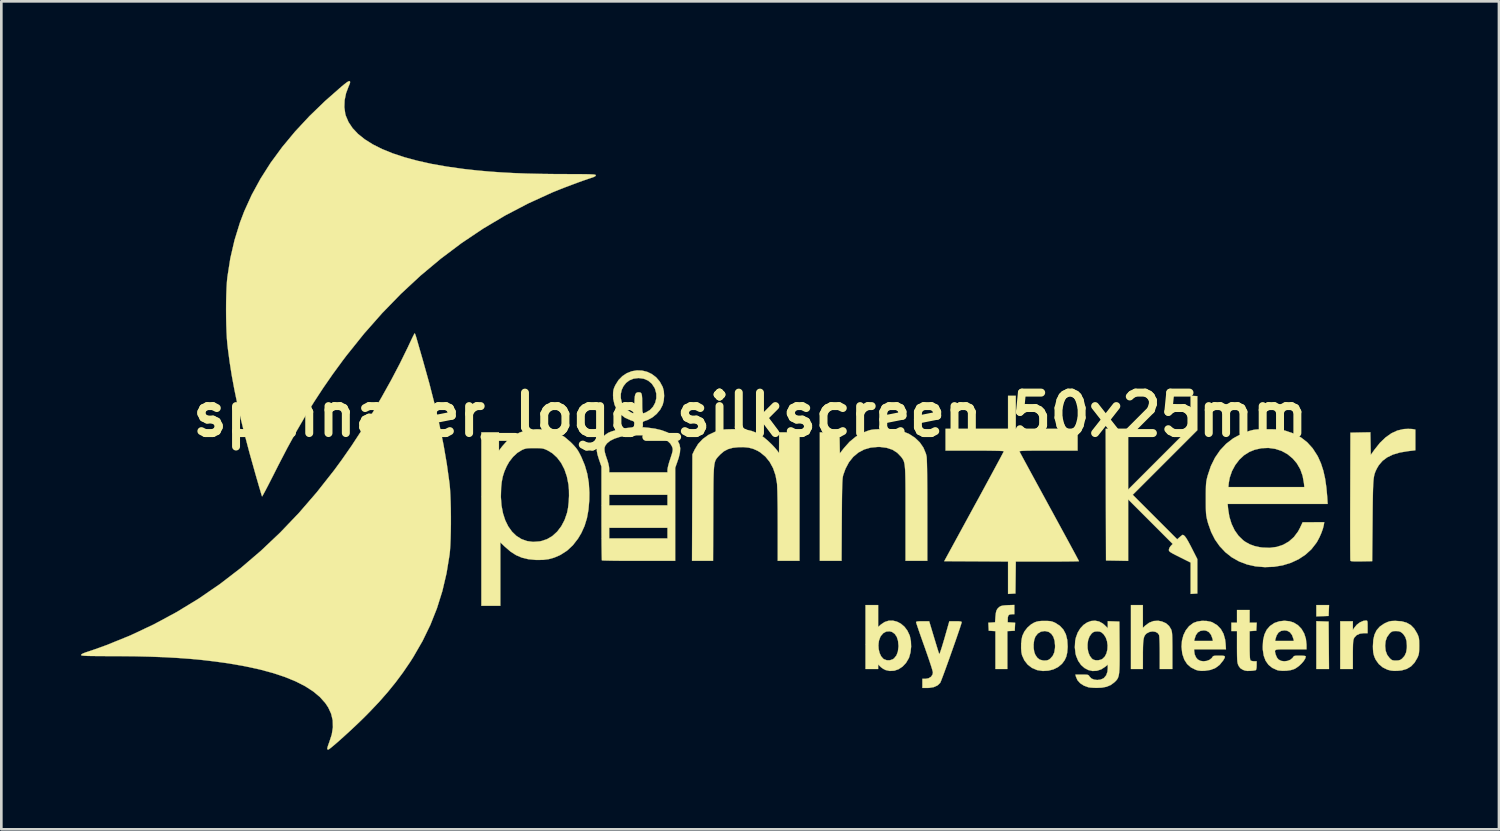
<source format=kicad_pcb>
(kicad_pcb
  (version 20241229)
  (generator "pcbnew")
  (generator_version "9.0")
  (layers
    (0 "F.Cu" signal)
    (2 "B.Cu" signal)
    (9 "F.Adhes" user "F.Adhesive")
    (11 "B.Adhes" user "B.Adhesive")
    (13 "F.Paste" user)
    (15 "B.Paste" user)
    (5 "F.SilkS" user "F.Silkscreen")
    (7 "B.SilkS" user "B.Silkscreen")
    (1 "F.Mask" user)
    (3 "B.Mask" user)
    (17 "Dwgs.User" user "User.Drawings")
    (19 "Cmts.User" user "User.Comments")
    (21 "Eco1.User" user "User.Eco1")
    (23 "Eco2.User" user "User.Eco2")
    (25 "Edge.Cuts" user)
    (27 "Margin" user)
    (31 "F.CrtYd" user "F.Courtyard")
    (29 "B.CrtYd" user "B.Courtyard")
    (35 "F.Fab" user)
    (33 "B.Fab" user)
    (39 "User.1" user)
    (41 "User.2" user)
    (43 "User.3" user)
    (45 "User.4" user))
  (footprint "spinnaker_logo_silkscreen_50x25mm"
    (layer "F.Cu")
    (at 25.22 12.577)
    (property "Reference" "spinnaker_logo_silkscreen_50x25mm" (at 0 0 0) (layer "F.SilkS") (effects (font (size 1.524 1.524) (thickness 0.3))))
    (attr through_hole)
    (fp_poly (pts (xy 21.557 7.784) (xy 21.788 7.792) (xy 21.795 8.685) (xy 21.802 9.578) (xy 21.325 9.578) (xy 21.325 7.777) (xy 21.557 7.784)) (stroke (width 0.01) (type solid)) (fill yes) (layer "F.SilkS"))
    (fp_poly (pts (xy 21.796 7.375) (xy 21.788 7.58) (xy 21.557 7.588) (xy 21.325 7.596) (xy 21.325 7.17) (xy 21.804 7.17) (xy 21.796 7.375)) (stroke (width 0.01) (type solid)) (fill yes) (layer "F.SilkS"))
    (fp_poly (pts (xy 23.222 7.754) (xy 23.241 7.766) (xy 23.252 7.799) (xy 23.256 7.863) (xy 23.257 7.967) (xy 23.257 7.99) (xy 23.257 8.229) (xy 23.118 8.229) (xy 22.965 8.248) (xy 22.844 8.303) (xy 22.759 8.392) (xy 22.748 8.414) (xy 22.731 8.453) (xy 22.719 8.502) (xy 22.711 8.569) (xy 22.706 8.661) (xy 22.703 8.787) (xy 22.701 8.955) (xy 22.701 9.042) (xy 22.701 9.578) (xy 22.225 9.578) (xy 22.225 7.779) (xy 22.701 7.779) (xy 22.701 7.944) (xy 22.701 8.109) (xy 22.751 8.03) (xy 22.846 7.914) (xy 22.965 7.823) (xy 23.094 7.766) (xy 23.19 7.752) (xy 23.222 7.754)) (stroke (width 0.01) (type solid)) (fill yes) (layer "F.SilkS"))
    (fp_poly (pts (xy 9.948 7.514) (xy 9.862 7.515) (xy 9.775 7.524) (xy 9.725 7.558) (xy 9.702 7.628) (xy 9.699 7.691) (xy 9.697 7.818) (xy 9.837 7.826) (xy 9.977 7.835) (xy 9.969 7.985) (xy 9.962 8.136) (xy 9.823 8.144) (xy 9.684 8.152) (xy 9.684 9.578) (xy 9.234 9.578) (xy 9.234 8.152) (xy 9.108 8.144) (xy 8.983 8.136) (xy 8.967 7.835) (xy 9.094 7.827) (xy 9.221 7.818) (xy 9.235 7.607) (xy 9.249 7.475) (xy 9.271 7.381) (xy 9.308 7.312) (xy 9.366 7.254) (xy 9.389 7.236) (xy 9.436 7.209) (xy 9.501 7.191) (xy 9.595 7.18) (xy 9.704 7.174) (xy 9.948 7.165) (xy 9.948 7.514)) (stroke (width 0.01) (type solid)) (fill yes) (layer "F.SilkS"))
    (fp_poly (pts (xy 18.812 7.832) (xy 19.079 7.832) (xy 19.071 7.984) (xy 19.063 8.136) (xy 18.812 8.152) (xy 18.812 8.688) (xy 18.813 8.892) (xy 18.817 9.047) (xy 18.823 9.157) (xy 18.832 9.225) (xy 18.844 9.255) (xy 18.89 9.276) (xy 18.962 9.287) (xy 18.976 9.287) (xy 19.076 9.287) (xy 19.076 9.444) (xy 19.072 9.534) (xy 19.059 9.598) (xy 19.046 9.62) (xy 19.006 9.631) (xy 18.93 9.642) (xy 18.841 9.649) (xy 18.722 9.651) (xy 18.63 9.636) (xy 18.553 9.606) (xy 18.462 9.549) (xy 18.402 9.468) (xy 18.388 9.44) (xy 18.371 9.398) (xy 18.358 9.351) (xy 18.349 9.291) (xy 18.343 9.211) (xy 18.339 9.103) (xy 18.337 8.959) (xy 18.336 8.77) (xy 18.336 8.738) (xy 18.336 8.149) (xy 18.124 8.149) (xy 18.124 7.832) (xy 18.336 7.832) (xy 18.336 7.355) (xy 18.812 7.355) (xy 18.812 7.832)) (stroke (width 0.01) (type solid)) (fill yes) (layer "F.SilkS"))
    (fp_poly (pts (xy 16.841 -0.701) (xy 16.841 0.582) (xy 15.624 1.799) (xy 14.407 3.016) (xy 16.083 4.692) (xy 16.178 4.608) (xy 16.237 4.559) (xy 16.278 4.529) (xy 16.288 4.524) (xy 16.326 4.536) (xy 16.37 4.575) (xy 16.423 4.646) (xy 16.488 4.754) (xy 16.568 4.902) (xy 16.623 5.008) (xy 16.841 5.437) (xy 16.841 6.734) (xy 16.715 6.742) (xy 16.589 6.75) (xy 16.589 5.569) (xy 16.179 5.364) (xy 16.03 5.289) (xy 15.922 5.233) (xy 15.849 5.191) (xy 15.803 5.158) (xy 15.779 5.131) (xy 15.77 5.105) (xy 15.769 5.088) (xy 15.789 5.016) (xy 15.84 4.942) (xy 15.841 4.942) (xy 15.913 4.867) (xy 14.235 3.188) (xy 14.235 5.505) (xy 13.818 5.497) (xy 13.401 5.49) (xy 13.394 3.01) (xy 13.388 0.529) (xy 14.235 0.529) (xy 14.235 2.818) (xy 15.412 1.64) (xy 16.589 0.463) (xy 16.589 -0.717) (xy 16.841 -0.701)) (stroke (width 0.01) (type solid)) (fill yes) (layer "F.SilkS"))
    (fp_poly (pts (xy 14.79 8.027) (xy 14.876 7.946) (xy 15.029 7.833) (xy 15.193 7.771) (xy 15.369 7.761) (xy 15.507 7.788) (xy 15.661 7.855) (xy 15.777 7.958) (xy 15.851 8.08) (xy 15.866 8.118) (xy 15.878 8.162) (xy 15.887 8.219) (xy 15.893 8.295) (xy 15.897 8.398) (xy 15.899 8.534) (xy 15.901 8.711) (xy 15.901 8.883) (xy 15.901 9.578) (xy 15.425 9.578) (xy 15.425 8.971) (xy 15.424 8.79) (xy 15.421 8.625) (xy 15.416 8.484) (xy 15.41 8.376) (xy 15.402 8.309) (xy 15.399 8.295) (xy 15.345 8.222) (xy 15.26 8.177) (xy 15.156 8.163) (xy 15.047 8.18) (xy 14.945 8.23) (xy 14.917 8.252) (xy 14.878 8.293) (xy 14.848 8.342) (xy 14.826 8.407) (xy 14.81 8.494) (xy 14.799 8.609) (xy 14.794 8.761) (xy 14.791 8.956) (xy 14.791 9.055) (xy 14.79 9.578) (xy 14.34 9.578) (xy 14.34 7.17) (xy 14.79 7.17) (xy 14.79 8.027)) (stroke (width 0.01) (type solid)) (fill yes) (layer "F.SilkS"))
    (fp_poly (pts (xy 4.815 7.997) (xy 4.919 7.903) (xy 5.06 7.808) (xy 5.212 7.759) (xy 5.369 7.756) (xy 5.524 7.794) (xy 5.672 7.871) (xy 5.805 7.984) (xy 5.917 8.132) (xy 6.001 8.31) (xy 6.011 8.34) (xy 6.05 8.531) (xy 6.058 8.74) (xy 6.036 8.948) (xy 5.985 9.135) (xy 5.968 9.176) (xy 5.865 9.35) (xy 5.735 9.488) (xy 5.585 9.587) (xy 5.422 9.643) (xy 5.251 9.652) (xy 5.097 9.618) (xy 5.011 9.575) (xy 4.925 9.514) (xy 4.905 9.495) (xy 4.815 9.409) (xy 4.815 9.578) (xy 4.339 9.578) (xy 4.339 8.67) (xy 4.826 8.67) (xy 4.835 8.827) (xy 4.87 8.975) (xy 4.929 9.101) (xy 5.011 9.194) (xy 5.032 9.208) (xy 5.142 9.249) (xy 5.261 9.249) (xy 5.371 9.21) (xy 5.416 9.177) (xy 5.505 9.066) (xy 5.559 8.923) (xy 5.581 8.745) (xy 5.582 8.705) (xy 5.565 8.52) (xy 5.518 8.369) (xy 5.441 8.256) (xy 5.339 8.183) (xy 5.248 8.159) (xy 5.122 8.168) (xy 5.012 8.226) (xy 4.92 8.332) (xy 4.895 8.376) (xy 4.845 8.515) (xy 4.826 8.67) (xy 4.339 8.67) (xy 4.339 7.17) (xy 4.815 7.17) (xy 4.815 7.997)) (stroke (width 0.01) (type solid)) (fill yes) (layer "F.SilkS"))
    (fp_poly (pts (xy 24.876 0.533) (xy 24.954 0.539) (xy 24.96 0.54) (xy 25.056 0.558) (xy 25.056 1.338) (xy 24.772 1.372) (xy 24.469 1.423) (xy 24.211 1.5) (xy 23.995 1.604) (xy 23.819 1.736) (xy 23.681 1.898) (xy 23.615 2.009) (xy 23.583 2.072) (xy 23.556 2.13) (xy 23.534 2.187) (xy 23.515 2.248) (xy 23.499 2.318) (xy 23.486 2.401) (xy 23.476 2.501) (xy 23.468 2.624) (xy 23.462 2.774) (xy 23.457 2.955) (xy 23.453 3.172) (xy 23.449 3.429) (xy 23.446 3.732) (xy 23.444 3.982) (xy 23.429 5.517) (xy 23.025 5.524) (xy 22.861 5.526) (xy 22.743 5.524) (xy 22.666 5.519) (xy 22.623 5.51) (xy 22.608 5.497) (xy 22.606 5.467) (xy 22.604 5.387) (xy 22.603 5.261) (xy 22.602 5.094) (xy 22.601 4.89) (xy 22.601 4.651) (xy 22.6 4.383) (xy 22.6 4.087) (xy 22.6 3.77) (xy 22.601 3.433) (xy 22.602 3.082) (xy 22.602 3.069) (xy 22.609 0.675) (xy 22.985 0.667) (xy 23.361 0.66) (xy 23.369 1.085) (xy 23.376 1.511) (xy 23.52 1.31) (xy 23.722 1.057) (xy 23.934 0.853) (xy 24.153 0.698) (xy 24.378 0.594) (xy 24.607 0.541) (xy 24.655 0.536) (xy 24.769 0.532) (xy 24.876 0.533)) (stroke (width 0.01) (type solid)) (fill yes) (layer "F.SilkS"))
    (fp_poly (pts (xy 6.919 8.381) (xy 6.971 8.552) (xy 7.018 8.707) (xy 7.059 8.839) (xy 7.091 8.94) (xy 7.111 9.002) (xy 7.118 9.018) (xy 7.129 9.004) (xy 7.153 8.944) (xy 7.186 8.847) (xy 7.227 8.718) (xy 7.274 8.562) (xy 7.317 8.416) (xy 7.498 7.779) (xy 7.731 7.779) (xy 7.852 7.781) (xy 7.927 7.789) (xy 7.96 7.803) (xy 7.964 7.812) (xy 7.955 7.849) (xy 7.93 7.929) (xy 7.892 8.047) (xy 7.841 8.196) (xy 7.782 8.369) (xy 7.716 8.56) (xy 7.644 8.764) (xy 7.57 8.973) (xy 7.496 9.182) (xy 7.423 9.385) (xy 7.355 9.574) (xy 7.293 9.744) (xy 7.239 9.888) (xy 7.196 10.001) (xy 7.165 10.075) (xy 7.151 10.104) (xy 7.051 10.198) (xy 6.912 10.261) (xy 6.74 10.29) (xy 6.675 10.292) (xy 6.482 10.292) (xy 6.482 9.948) (xy 6.603 9.948) (xy 6.717 9.927) (xy 6.808 9.871) (xy 6.865 9.787) (xy 6.879 9.709) (xy 6.87 9.665) (xy 6.846 9.578) (xy 6.807 9.453) (xy 6.756 9.298) (xy 6.695 9.118) (xy 6.626 8.919) (xy 6.562 8.737) (xy 6.488 8.53) (xy 6.421 8.339) (xy 6.361 8.168) (xy 6.312 8.025) (xy 6.275 7.914) (xy 6.251 7.841) (xy 6.244 7.814) (xy 6.258 7.796) (xy 6.303 7.786) (xy 6.388 7.78) (xy 6.491 7.779) (xy 6.738 7.779) (xy 6.919 8.381)) (stroke (width 0.01) (type solid)) (fill yes) (layer "F.SilkS"))
    (fp_poly (pts (xy 17.186 7.768) (xy 17.345 7.798) (xy 17.413 7.823) (xy 17.59 7.93) (xy 17.728 8.074) (xy 17.828 8.253) (xy 17.888 8.467) (xy 17.906 8.616) (xy 17.92 8.837) (xy 16.722 8.837) (xy 16.722 8.897) (xy 16.741 9.025) (xy 16.793 9.143) (xy 16.857 9.219) (xy 16.954 9.271) (xy 17.071 9.288) (xy 17.193 9.274) (xy 17.303 9.232) (xy 17.387 9.163) (xy 17.409 9.13) (xy 17.429 9.103) (xy 17.461 9.086) (xy 17.519 9.078) (xy 17.612 9.075) (xy 17.662 9.075) (xy 17.781 9.077) (xy 17.852 9.087) (xy 17.881 9.112) (xy 17.872 9.157) (xy 17.831 9.231) (xy 17.811 9.262) (xy 17.682 9.422) (xy 17.526 9.539) (xy 17.339 9.613) (xy 17.12 9.647) (xy 17.119 9.647) (xy 16.98 9.649) (xy 16.868 9.635) (xy 16.783 9.61) (xy 16.602 9.52) (xy 16.457 9.392) (xy 16.351 9.227) (xy 16.281 9.024) (xy 16.271 8.976) (xy 16.246 8.739) (xy 16.262 8.52) (xy 16.721 8.52) (xy 17.43 8.52) (xy 17.411 8.433) (xy 17.359 8.292) (xy 17.279 8.191) (xy 17.174 8.135) (xy 17.087 8.123) (xy 16.958 8.142) (xy 16.859 8.201) (xy 16.786 8.304) (xy 16.738 8.447) (xy 16.721 8.52) (xy 16.262 8.52) (xy 16.263 8.513) (xy 16.317 8.304) (xy 16.407 8.12) (xy 16.53 7.966) (xy 16.683 7.85) (xy 16.705 7.838) (xy 16.846 7.788) (xy 17.012 7.765) (xy 17.186 7.768)) (stroke (width 0.01) (type solid)) (fill yes) (layer "F.SilkS"))
    (fp_poly (pts (xy 11.213 7.769) (xy 11.304 7.776) (xy 11.377 7.793) (xy 11.451 7.822) (xy 11.489 7.84) (xy 11.662 7.951) (xy 11.795 8.095) (xy 11.888 8.272) (xy 11.941 8.484) (xy 11.956 8.731) (xy 11.954 8.779) (xy 11.938 8.966) (xy 11.903 9.116) (xy 11.844 9.244) (xy 11.757 9.363) (xy 11.735 9.389) (xy 11.594 9.506) (xy 11.422 9.592) (xy 11.228 9.641) (xy 11.023 9.653) (xy 10.821 9.623) (xy 10.8 9.618) (xy 10.612 9.538) (xy 10.452 9.416) (xy 10.326 9.256) (xy 10.237 9.062) (xy 10.237 9.062) (xy 10.213 8.945) (xy 10.202 8.796) (xy 10.204 8.633) (xy 10.674 8.633) (xy 10.675 8.79) (xy 10.697 8.935) (xy 10.735 9.039) (xy 10.814 9.156) (xy 10.908 9.227) (xy 11.027 9.257) (xy 11.077 9.26) (xy 11.174 9.254) (xy 11.244 9.229) (xy 11.299 9.189) (xy 11.393 9.084) (xy 11.452 8.954) (xy 11.479 8.79) (xy 11.482 8.705) (xy 11.465 8.519) (xy 11.417 8.367) (xy 11.34 8.252) (xy 11.236 8.179) (xy 11.108 8.15) (xy 11.091 8.149) (xy 10.948 8.172) (xy 10.833 8.241) (xy 10.743 8.355) (xy 10.737 8.366) (xy 10.695 8.486) (xy 10.674 8.633) (xy 10.204 8.633) (xy 10.204 8.633) (xy 10.219 8.476) (xy 10.245 8.343) (xy 10.251 8.325) (xy 10.327 8.165) (xy 10.442 8.016) (xy 10.582 7.894) (xy 10.695 7.829) (xy 10.777 7.798) (xy 10.858 7.779) (xy 10.958 7.769) (xy 11.087 7.767) (xy 11.213 7.769)) (stroke (width 0.01) (type solid)) (fill yes) (layer "F.SilkS"))
    (fp_poly (pts (xy -0.409 0.546) (xy -0.235 0.556) (xy -0.089 0.576) (xy 0.044 0.609) (xy 0.175 0.657) (xy 0.316 0.722) (xy 0.418 0.784) (xy 0.542 0.878) (xy 0.676 0.993) (xy 0.808 1.119) (xy 0.928 1.246) (xy 1.013 1.349) (xy 1.082 1.442) (xy 1.084 1.052) (xy 1.085 0.661) (xy 1.852 0.661) (xy 1.852 5.503) (xy 1.032 5.503) (xy 1.032 4.166) (xy 1.031 3.868) (xy 1.03 3.588) (xy 1.027 3.329) (xy 1.023 3.098) (xy 1.019 2.9) (xy 1.013 2.74) (xy 1.008 2.624) (xy 1.003 2.574) (xy 0.949 2.278) (xy 0.857 2.011) (xy 0.729 1.776) (xy 0.568 1.577) (xy 0.375 1.418) (xy 0.27 1.355) (xy 0.107 1.283) (xy -0.061 1.239) (xy -0.252 1.22) (xy -0.439 1.222) (xy -0.657 1.244) (xy -0.838 1.294) (xy -0.993 1.375) (xy -1.132 1.493) (xy -1.162 1.525) (xy -1.205 1.57) (xy -1.242 1.611) (xy -1.273 1.651) (xy -1.3 1.693) (xy -1.322 1.742) (xy -1.34 1.802) (xy -1.355 1.877) (xy -1.367 1.971) (xy -1.375 2.087) (xy -1.382 2.23) (xy -1.387 2.403) (xy -1.39 2.612) (xy -1.392 2.858) (xy -1.394 3.148) (xy -1.395 3.484) (xy -1.396 3.711) (xy -1.404 5.503) (xy -2.197 5.503) (xy -2.19 3.499) (xy -2.183 1.495) (xy -2.099 1.318) (xy -1.967 1.1) (xy -1.793 0.914) (xy -1.58 0.76) (xy -1.328 0.641) (xy -1.259 0.617) (xy -1.172 0.59) (xy -1.095 0.57) (xy -1.015 0.558) (xy -0.921 0.55) (xy -0.799 0.546) (xy -0.637 0.544) (xy -0.622 0.544) (xy -0.409 0.546)) (stroke (width 0.01) (type solid)) (fill yes) (layer "F.SilkS"))
    (fp_poly (pts (xy 20.317 7.78) (xy 20.473 7.829) (xy 20.635 7.93) (xy 20.769 8.07) (xy 20.869 8.244) (xy 20.932 8.443) (xy 20.955 8.663) (xy 20.955 8.668) (xy 20.955 8.837) (xy 20.36 8.837) (xy 20.163 8.837) (xy 20.013 8.837) (xy 19.905 8.841) (xy 19.831 8.849) (xy 19.788 8.865) (xy 19.768 8.89) (xy 19.767 8.926) (xy 19.777 8.975) (xy 19.794 9.037) (xy 19.843 9.151) (xy 19.902 9.221) (xy 19.998 9.272) (xy 20.115 9.288) (xy 20.236 9.274) (xy 20.346 9.231) (xy 20.43 9.162) (xy 20.452 9.13) (xy 20.472 9.103) (xy 20.504 9.086) (xy 20.561 9.078) (xy 20.655 9.075) (xy 20.705 9.075) (xy 20.819 9.078) (xy 20.896 9.087) (xy 20.928 9.101) (xy 20.929 9.103) (xy 20.907 9.183) (xy 20.849 9.278) (xy 20.763 9.378) (xy 20.661 9.472) (xy 20.551 9.55) (xy 20.485 9.584) (xy 20.362 9.621) (xy 20.212 9.643) (xy 20.055 9.648) (xy 19.914 9.636) (xy 19.848 9.62) (xy 19.665 9.536) (xy 19.52 9.418) (xy 19.413 9.265) (xy 19.342 9.074) (xy 19.308 8.845) (xy 19.305 8.744) (xy 19.318 8.52) (xy 19.77 8.52) (xy 20.48 8.52) (xy 20.463 8.447) (xy 20.409 8.298) (xy 20.329 8.194) (xy 20.223 8.136) (xy 20.122 8.123) (xy 19.997 8.143) (xy 19.9 8.206) (xy 19.83 8.312) (xy 19.79 8.434) (xy 19.77 8.52) (xy 19.318 8.52) (xy 19.32 8.492) (xy 19.37 8.278) (xy 19.455 8.101) (xy 19.578 7.959) (xy 19.738 7.85) (xy 19.756 7.841) (xy 19.931 7.782) (xy 20.124 7.761) (xy 20.317 7.78)) (stroke (width 0.01) (type solid)) (fill yes) (layer "F.SilkS"))
    (fp_poly (pts (xy 10.001 0.529) (xy 12.33 0.529) (xy 12.33 1.349) (xy 11.229 1.349) (xy 10.953 1.35) (xy 10.725 1.35) (xy 10.542 1.352) (xy 10.4 1.354) (xy 10.293 1.358) (xy 10.218 1.362) (xy 10.171 1.368) (xy 10.146 1.376) (xy 10.141 1.384) (xy 10.142 1.385) (xy 10.156 1.413) (xy 10.194 1.484) (xy 10.254 1.595) (xy 10.333 1.742) (xy 10.431 1.922) (xy 10.544 2.131) (xy 10.672 2.366) (xy 10.813 2.625) (xy 10.964 2.902) (xy 11.124 3.195) (xy 11.269 3.462) (xy 11.435 3.765) (xy 11.593 4.056) (xy 11.742 4.33) (xy 11.88 4.583) (xy 12.005 4.813) (xy 12.115 5.017) (xy 12.209 5.19) (xy 12.284 5.33) (xy 12.339 5.434) (xy 12.373 5.497) (xy 12.383 5.516) (xy 12.357 5.519) (xy 12.284 5.522) (xy 12.168 5.524) (xy 12.016 5.526) (xy 11.831 5.528) (xy 11.62 5.529) (xy 11.388 5.53) (xy 11.192 5.53) (xy 10.002 5.53) (xy 9.995 6.132) (xy 9.988 6.734) (xy 9.849 6.742) (xy 9.71 6.75) (xy 9.71 5.53) (xy 8.508 5.523) (xy 7.305 5.517) (xy 8.428 3.457) (xy 8.595 3.152) (xy 8.754 2.86) (xy 8.903 2.584) (xy 9.042 2.328) (xy 9.168 2.095) (xy 9.279 1.889) (xy 9.374 1.713) (xy 9.45 1.57) (xy 9.506 1.463) (xy 9.541 1.397) (xy 9.551 1.374) (xy 9.526 1.368) (xy 9.451 1.363) (xy 9.331 1.358) (xy 9.17 1.355) (xy 8.973 1.352) (xy 8.742 1.35) (xy 8.482 1.349) (xy 8.453 1.349) (xy 7.355 1.349) (xy 7.355 0.529) (xy 9.71 0.529) (xy 9.71 -0.714) (xy 10.001 -0.714) (xy 10.001 0.529)) (stroke (width 0.01) (type solid)) (fill yes) (layer "F.SilkS"))
    (fp_poly (pts (xy 24.54 7.782) (xy 24.728 7.834) (xy 24.884 7.924) (xy 25.012 8.055) (xy 25.114 8.222) (xy 25.152 8.302) (xy 25.177 8.368) (xy 25.192 8.434) (xy 25.199 8.515) (xy 25.201 8.627) (xy 25.202 8.704) (xy 25.2 8.842) (xy 25.195 8.941) (xy 25.184 9.016) (xy 25.165 9.081) (xy 25.135 9.151) (xy 25.133 9.156) (xy 25.025 9.34) (xy 24.893 9.479) (xy 24.733 9.575) (xy 24.542 9.631) (xy 24.388 9.647) (xy 24.247 9.649) (xy 24.133 9.637) (xy 24.02 9.609) (xy 24.005 9.604) (xy 23.829 9.519) (xy 23.679 9.393) (xy 23.564 9.232) (xy 23.521 9.14) (xy 23.489 9.047) (xy 23.469 8.952) (xy 23.46 8.837) (xy 23.457 8.718) (xy 23.458 8.705) (xy 23.918 8.705) (xy 23.936 8.888) (xy 23.991 9.04) (xy 24.079 9.159) (xy 24.139 9.218) (xy 24.192 9.248) (xy 24.258 9.259) (xy 24.322 9.26) (xy 24.42 9.255) (xy 24.488 9.235) (xy 24.551 9.192) (xy 24.555 9.189) (xy 24.649 9.084) (xy 24.708 8.954) (xy 24.735 8.79) (xy 24.737 8.705) (xy 24.723 8.523) (xy 24.679 8.379) (xy 24.601 8.264) (xy 24.555 8.221) (xy 24.492 8.177) (xy 24.424 8.155) (xy 24.329 8.149) (xy 24.322 8.149) (xy 24.233 8.152) (xy 24.174 8.169) (xy 24.121 8.207) (xy 24.079 8.25) (xy 23.986 8.379) (xy 23.934 8.532) (xy 23.918 8.705) (xy 23.458 8.705) (xy 23.471 8.479) (xy 23.517 8.28) (xy 23.598 8.115) (xy 23.716 7.981) (xy 23.873 7.873) (xy 23.911 7.853) (xy 24.008 7.809) (xy 24.087 7.782) (xy 24.17 7.77) (xy 24.28 7.766) (xy 24.315 7.766) (xy 24.54 7.782)) (stroke (width 0.01) (type solid)) (fill yes) (layer "F.SilkS"))
    (fp_poly (pts (xy 5.067 0.544) (xy 5.236 0.545) (xy 5.364 0.548) (xy 5.461 0.554) (xy 5.541 0.564) (xy 5.613 0.58) (xy 5.69 0.603) (xy 5.728 0.616) (xy 5.985 0.725) (xy 6.204 0.867) (xy 6.384 1.04) (xy 6.522 1.24) (xy 6.615 1.465) (xy 6.638 1.556) (xy 6.645 1.612) (xy 6.65 1.714) (xy 6.655 1.862) (xy 6.659 2.059) (xy 6.662 2.304) (xy 6.665 2.599) (xy 6.667 2.944) (xy 6.667 3.34) (xy 6.668 3.6) (xy 6.668 5.503) (xy 5.847 5.503) (xy 5.847 3.735) (xy 5.847 3.37) (xy 5.847 3.053) (xy 5.846 2.781) (xy 5.844 2.55) (xy 5.841 2.356) (xy 5.837 2.196) (xy 5.831 2.064) (xy 5.822 1.957) (xy 5.812 1.872) (xy 5.798 1.804) (xy 5.782 1.749) (xy 5.762 1.703) (xy 5.738 1.662) (xy 5.711 1.623) (xy 5.68 1.582) (xy 5.532 1.429) (xy 5.352 1.316) (xy 5.138 1.245) (xy 4.89 1.213) (xy 4.804 1.212) (xy 4.533 1.237) (xy 4.288 1.308) (xy 4.069 1.425) (xy 3.878 1.585) (xy 3.716 1.788) (xy 3.586 2.032) (xy 3.503 2.262) (xy 3.493 2.3) (xy 3.484 2.344) (xy 3.477 2.399) (xy 3.471 2.469) (xy 3.466 2.557) (xy 3.462 2.67) (xy 3.458 2.81) (xy 3.455 2.983) (xy 3.452 3.193) (xy 3.45 3.444) (xy 3.448 3.741) (xy 3.446 3.962) (xy 3.437 5.503) (xy 2.619 5.503) (xy 2.619 0.661) (xy 3.359 0.661) (xy 3.373 1.454) (xy 3.526 1.257) (xy 3.738 1.019) (xy 3.969 0.828) (xy 4.225 0.682) (xy 4.458 0.592) (xy 4.53 0.573) (xy 4.608 0.559) (xy 4.704 0.55) (xy 4.827 0.545) (xy 4.988 0.544) (xy 5.067 0.544)) (stroke (width 0.01) (type solid)) (fill yes) (layer "F.SilkS"))
    (fp_poly (pts (xy 13.138 7.788) (xy 13.28 7.865) (xy 13.354 7.929) (xy 13.467 8.042) (xy 13.467 7.777) (xy 13.686 7.784) (xy 13.904 7.792) (xy 13.911 8.743) (xy 13.913 9.021) (xy 13.913 9.251) (xy 13.911 9.439) (xy 13.906 9.591) (xy 13.897 9.711) (xy 13.883 9.806) (xy 13.864 9.88) (xy 13.838 9.939) (xy 13.805 9.989) (xy 13.764 10.034) (xy 13.714 10.081) (xy 13.707 10.088) (xy 13.575 10.184) (xy 13.424 10.247) (xy 13.244 10.282) (xy 13.042 10.29) (xy 12.928 10.286) (xy 12.824 10.279) (xy 12.751 10.27) (xy 12.74 10.268) (xy 12.568 10.206) (xy 12.427 10.114) (xy 12.324 9.998) (xy 12.266 9.863) (xy 12.266 9.862) (xy 12.249 9.79) (xy 12.494 9.79) (xy 12.61 9.79) (xy 12.684 9.794) (xy 12.729 9.805) (xy 12.756 9.825) (xy 12.778 9.858) (xy 12.784 9.868) (xy 12.851 9.936) (xy 12.95 9.978) (xy 13.067 9.993) (xy 13.186 9.98) (xy 13.294 9.936) (xy 13.324 9.915) (xy 13.407 9.817) (xy 13.455 9.681) (xy 13.467 9.55) (xy 13.467 9.414) (xy 13.381 9.487) (xy 13.223 9.591) (xy 13.059 9.645) (xy 12.895 9.654) (xy 12.736 9.618) (xy 12.589 9.541) (xy 12.459 9.425) (xy 12.353 9.273) (xy 12.276 9.088) (xy 12.253 9.001) (xy 12.226 8.764) (xy 12.233 8.638) (xy 12.705 8.638) (xy 12.707 8.796) (xy 12.735 8.948) (xy 12.788 9.081) (xy 12.866 9.184) (xy 12.907 9.217) (xy 12.996 9.248) (xy 13.107 9.25) (xy 13.215 9.224) (xy 13.268 9.197) (xy 13.356 9.11) (xy 13.418 8.988) (xy 13.453 8.844) (xy 13.46 8.688) (xy 13.44 8.534) (xy 13.391 8.392) (xy 13.314 8.275) (xy 13.295 8.255) (xy 13.227 8.197) (xy 13.165 8.17) (xy 13.081 8.162) (xy 13.071 8.162) (xy 12.98 8.169) (xy 12.915 8.195) (xy 12.86 8.241) (xy 12.781 8.348) (xy 12.729 8.485) (xy 12.705 8.638) (xy 12.233 8.638) (xy 12.239 8.525) (xy 12.264 8.401) (xy 12.334 8.208) (xy 12.433 8.046) (xy 12.553 7.918) (xy 12.69 7.825) (xy 12.837 7.771) (xy 12.988 7.758) (xy 13.138 7.788)) (stroke (width 0.01) (type solid)) (fill yes) (layer "F.SilkS"))
    (fp_poly (pts (xy -7.709 0.563) (xy -7.447 0.616) (xy -7.21 0.709) (xy -6.989 0.844) (xy -6.777 1.025) (xy -6.742 1.059) (xy -6.638 1.167) (xy -6.56 1.258) (xy -6.496 1.348) (xy -6.436 1.454) (xy -6.367 1.591) (xy -6.236 1.904) (xy -6.143 2.227) (xy -6.086 2.568) (xy -6.064 2.937) (xy -6.068 3.215) (xy -6.098 3.574) (xy -6.156 3.895) (xy -6.245 4.186) (xy -6.367 4.456) (xy -6.493 4.667) (xy -6.687 4.917) (xy -6.907 5.121) (xy -7.152 5.278) (xy -7.183 5.294) (xy -7.389 5.382) (xy -7.592 5.439) (xy -7.807 5.467) (xy -8.052 5.47) (xy -8.096 5.468) (xy -8.368 5.441) (xy -8.608 5.383) (xy -8.825 5.29) (xy -9.034 5.156) (xy -9.243 4.976) (xy -9.253 4.967) (xy -9.419 4.807) (xy -9.419 7.197) (xy -10.134 7.197) (xy -10.134 3.095) (xy -9.399 3.095) (xy -9.375 3.418) (xy -9.319 3.713) (xy -9.233 3.978) (xy -9.118 4.21) (xy -8.977 4.406) (xy -8.812 4.565) (xy -8.624 4.683) (xy -8.415 4.758) (xy -8.187 4.789) (xy -7.941 4.771) (xy -7.879 4.759) (xy -7.658 4.686) (xy -7.456 4.566) (xy -7.276 4.402) (xy -7.122 4.199) (xy -6.997 3.961) (xy -6.904 3.69) (xy -6.903 3.685) (xy -6.867 3.501) (xy -6.843 3.285) (xy -6.831 3.055) (xy -6.834 2.829) (xy -6.851 2.633) (xy -6.911 2.33) (xy -7.004 2.056) (xy -7.128 1.816) (xy -7.282 1.612) (xy -7.462 1.448) (xy -7.64 1.341) (xy -7.719 1.305) (xy -7.785 1.281) (xy -7.852 1.267) (xy -7.934 1.26) (xy -8.046 1.257) (xy -8.136 1.257) (xy -8.275 1.258) (xy -8.376 1.262) (xy -8.451 1.272) (xy -8.515 1.29) (xy -8.583 1.317) (xy -8.608 1.329) (xy -8.779 1.435) (xy -8.94 1.585) (xy -9.083 1.768) (xy -9.179 1.937) (xy -9.266 2.135) (xy -9.327 2.328) (xy -9.367 2.535) (xy -9.389 2.746) (xy -9.399 3.095) (xy -10.134 3.095) (xy -10.134 0.661) (xy -9.472 0.661) (xy -9.472 1.352) (xy -9.346 1.186) (xy -9.151 0.967) (xy -8.93 0.794) (xy -8.685 0.666) (xy -8.413 0.585) (xy -8.113 0.548) (xy -8.004 0.546) (xy -7.709 0.563)) (stroke (width 0.01) (type solid)) (fill yes) (layer "F.SilkS"))
    (fp_poly (pts (xy 19.67 0.547) (xy 19.811 0.551) (xy 19.922 0.558) (xy 20.014 0.569) (xy 20.099 0.586) (xy 20.173 0.605) (xy 20.479 0.711) (xy 20.748 0.855) (xy 20.983 1.039) (xy 21.186 1.263) (xy 21.36 1.532) (xy 21.391 1.589) (xy 21.5 1.833) (xy 21.588 2.104) (xy 21.656 2.408) (xy 21.705 2.751) (xy 21.736 3.102) (xy 21.752 3.36) (xy 17.984 3.36) (xy 18.002 3.551) (xy 18.049 3.843) (xy 18.132 4.112) (xy 18.248 4.354) (xy 18.395 4.561) (xy 18.569 4.729) (xy 18.651 4.788) (xy 18.819 4.881) (xy 18.995 4.946) (xy 19.196 4.989) (xy 19.285 5.002) (xy 19.569 5.013) (xy 19.834 4.978) (xy 20.076 4.898) (xy 20.292 4.774) (xy 20.479 4.608) (xy 20.634 4.402) (xy 20.707 4.266) (xy 20.809 4.05) (xy 21.216 4.049) (xy 21.623 4.048) (xy 21.606 4.158) (xy 21.573 4.29) (xy 21.517 4.448) (xy 21.445 4.612) (xy 21.364 4.766) (xy 21.324 4.83) (xy 21.139 5.068) (xy 20.915 5.272) (xy 20.658 5.442) (xy 20.371 5.576) (xy 20.061 5.672) (xy 19.732 5.727) (xy 19.387 5.741) (xy 19.037 5.712) (xy 18.717 5.641) (xy 18.415 5.526) (xy 18.137 5.369) (xy 17.896 5.178) (xy 17.681 4.949) (xy 17.505 4.699) (xy 17.363 4.419) (xy 17.251 4.102) (xy 17.232 4.035) (xy 17.209 3.947) (xy 17.192 3.87) (xy 17.179 3.795) (xy 17.17 3.712) (xy 17.165 3.612) (xy 17.162 3.485) (xy 17.161 3.322) (xy 17.161 3.162) (xy 17.161 2.964) (xy 17.163 2.809) (xy 17.165 2.725) (xy 18.011 2.725) (xy 20.873 2.725) (xy 20.859 2.586) (xy 20.809 2.304) (xy 20.721 2.055) (xy 20.592 1.832) (xy 20.439 1.651) (xy 20.241 1.486) (xy 20.018 1.363) (xy 19.775 1.284) (xy 19.521 1.249) (xy 19.261 1.26) (xy 19.003 1.318) (xy 18.799 1.401) (xy 18.6 1.527) (xy 18.421 1.695) (xy 18.268 1.897) (xy 18.147 2.123) (xy 18.063 2.366) (xy 18.027 2.564) (xy 18.011 2.725) (xy 17.165 2.725) (xy 17.166 2.688) (xy 17.172 2.592) (xy 17.181 2.511) (xy 17.195 2.436) (xy 17.214 2.357) (xy 17.232 2.289) (xy 17.35 1.935) (xy 17.506 1.618) (xy 17.699 1.337) (xy 17.927 1.094) (xy 18.189 0.891) (xy 18.484 0.728) (xy 18.773 0.618) (xy 18.862 0.592) (xy 18.939 0.573) (xy 19.016 0.56) (xy 19.103 0.552) (xy 19.212 0.548) (xy 19.354 0.546) (xy 19.487 0.546) (xy 19.67 0.547)) (stroke (width 0.01) (type solid)) (fill yes) (layer "F.SilkS"))
    (fp_poly (pts (xy -15.094 -12.567) (xy -15.079 -12.542) (xy -15.084 -12.5) (xy -15.111 -12.429) (xy -15.135 -12.374) (xy -15.232 -12.115) (xy -15.286 -11.851) (xy -15.296 -11.59) (xy -15.262 -11.343) (xy -15.242 -11.269) (xy -15.139 -11.028) (xy -14.986 -10.799) (xy -14.782 -10.582) (xy -14.529 -10.379) (xy -14.227 -10.189) (xy -13.877 -10.013) (xy -13.48 -9.851) (xy -13.036 -9.704) (xy -12.546 -9.571) (xy -12.011 -9.452) (xy -11.431 -9.35) (xy -10.807 -9.262) (xy -10.702 -9.25) (xy -10.272 -9.203) (xy -9.837 -9.164) (xy -9.391 -9.132) (xy -8.926 -9.107) (xy -8.434 -9.088) (xy -7.909 -9.076) (xy -7.342 -9.069) (xy -7.045 -9.068) (xy -6.757 -9.067) (xy -6.518 -9.066) (xy -6.323 -9.065) (xy -6.168 -9.063) (xy -6.048 -9.06) (xy -5.959 -9.056) (xy -5.896 -9.052) (xy -5.855 -9.045) (xy -5.832 -9.038) (xy -5.822 -9.029) (xy -5.821 -9.022) (xy -5.844 -8.987) (xy -5.917 -8.951) (xy -5.973 -8.932) (xy -6.122 -8.883) (xy -6.307 -8.819) (xy -6.518 -8.743) (xy -6.742 -8.659) (xy -6.969 -8.574) (xy -7.185 -8.489) (xy -7.379 -8.411) (xy -7.48 -8.369) (xy -8.368 -7.963) (xy -9.231 -7.512) (xy -10.068 -7.014) (xy -10.879 -6.47) (xy -11.665 -5.879) (xy -12.426 -5.243) (xy -13.161 -4.56) (xy -13.871 -3.83) (xy -14.556 -3.054) (xy -15.216 -2.231) (xy -15.345 -2.061) (xy -15.729 -1.537) (xy -16.092 -1.013) (xy -16.44 -0.481) (xy -16.778 0.067) (xy -17.11 0.64) (xy -17.442 1.245) (xy -17.778 1.891) (xy -17.889 2.111) (xy -17.995 2.321) (xy -18.094 2.515) (xy -18.183 2.688) (xy -18.26 2.835) (xy -18.322 2.951) (xy -18.367 3.032) (xy -18.392 3.073) (xy -18.397 3.077) (xy -18.407 3.048) (xy -18.43 2.973) (xy -18.463 2.859) (xy -18.507 2.712) (xy -18.558 2.536) (xy -18.615 2.339) (xy -18.676 2.126) (xy -18.678 2.117) (xy -18.872 1.426) (xy -19.043 0.778) (xy -19.195 0.169) (xy -19.327 -0.407) (xy -19.44 -0.953) (xy -19.537 -1.476) (xy -19.616 -1.978) (xy -19.681 -2.466) (xy -19.703 -2.659) (xy -19.721 -2.865) (xy -19.734 -3.11) (xy -19.744 -3.382) (xy -19.75 -3.671) (xy -19.752 -3.968) (xy -19.75 -4.262) (xy -19.743 -4.543) (xy -19.733 -4.8) (xy -19.719 -5.024) (xy -19.703 -5.186) (xy -19.592 -5.896) (xy -19.434 -6.579) (xy -19.231 -7.237) (xy -19.069 -7.663) (xy -18.788 -8.282) (xy -18.456 -8.891) (xy -18.073 -9.493) (xy -17.638 -10.086) (xy -17.152 -10.671) (xy -16.614 -11.249) (xy -16.024 -11.819) (xy -15.416 -12.354) (xy -15.295 -12.454) (xy -15.208 -12.521) (xy -15.148 -12.559) (xy -15.111 -12.572) (xy -15.094 -12.567)) (stroke (width 0.01) (type solid)) (fill yes) (layer "F.SilkS"))
    (fp_poly (pts (xy -12.631 -3.046) (xy -12.608 -2.983) (xy -12.58 -2.895) (xy -12.575 -2.877) (xy -12.553 -2.798) (xy -12.518 -2.678) (xy -12.475 -2.526) (xy -12.424 -2.351) (xy -12.37 -2.164) (xy -12.33 -2.024) (xy -12.093 -1.175) (xy -11.886 -0.366) (xy -11.708 0.405) (xy -11.558 1.141) (xy -11.437 1.846) (xy -11.343 2.52) (xy -11.332 2.606) (xy -11.315 2.789) (xy -11.302 3.012) (xy -11.292 3.266) (xy -11.285 3.542) (xy -11.282 3.83) (xy -11.282 4.121) (xy -11.286 4.406) (xy -11.293 4.675) (xy -11.303 4.918) (xy -11.317 5.126) (xy -11.333 5.278) (xy -11.447 5.975) (xy -11.604 6.643) (xy -11.806 7.288) (xy -12.054 7.913) (xy -12.35 8.523) (xy -12.696 9.123) (xy -12.822 9.321) (xy -13.086 9.708) (xy -13.362 10.079) (xy -13.657 10.443) (xy -13.979 10.81) (xy -14.337 11.188) (xy -14.524 11.377) (xy -14.659 11.51) (xy -14.807 11.652) (xy -14.965 11.801) (xy -15.125 11.95) (xy -15.284 12.095) (xy -15.435 12.231) (xy -15.574 12.354) (xy -15.696 12.458) (xy -15.794 12.54) (xy -15.865 12.594) (xy -15.9 12.615) (xy -15.933 12.605) (xy -15.94 12.596) (xy -15.938 12.561) (xy -15.919 12.489) (xy -15.886 12.393) (xy -15.863 12.332) (xy -15.77 12.045) (xy -15.727 11.772) (xy -15.735 11.512) (xy -15.794 11.264) (xy -15.904 11.026) (xy -16.014 10.862) (xy -16.215 10.636) (xy -16.468 10.425) (xy -16.77 10.229) (xy -17.124 10.048) (xy -17.528 9.882) (xy -17.982 9.731) (xy -18.486 9.595) (xy -19.041 9.475) (xy -19.645 9.369) (xy -19.738 9.355) (xy -20.181 9.294) (xy -20.63 9.241) (xy -21.091 9.197) (xy -21.571 9.162) (xy -22.076 9.134) (xy -22.613 9.114) (xy -23.188 9.1) (xy -23.808 9.094) (xy -23.978 9.093) (xy -24.268 9.093) (xy -24.509 9.091) (xy -24.706 9.09) (xy -24.863 9.088) (xy -24.985 9.085) (xy -25.075 9.081) (xy -25.139 9.076) (xy -25.18 9.07) (xy -25.204 9.063) (xy -25.214 9.054) (xy -25.215 9.049) (xy -25.196 9.022) (xy -25.137 8.99) (xy -25.034 8.95) (xy -24.953 8.924) (xy -24.836 8.885) (xy -24.685 8.833) (xy -24.516 8.773) (xy -24.345 8.711) (xy -24.259 8.679) (xy -23.354 8.312) (xy -22.474 7.897) (xy -21.618 7.436) (xy -20.786 6.929) (xy -19.98 6.375) (xy -19.198 5.774) (xy -18.443 5.128) (xy -17.712 4.436) (xy -17.008 3.699) (xy -16.331 2.916) (xy -15.679 2.088) (xy -15.398 1.705) (xy -15.019 1.161) (xy -14.637 0.576) (xy -14.257 -0.037) (xy -13.888 -0.667) (xy -13.534 -1.302) (xy -13.204 -1.931) (xy -12.905 -2.541) (xy -12.816 -2.732) (xy -12.759 -2.853) (xy -12.709 -2.955) (xy -12.671 -3.029) (xy -12.648 -3.066) (xy -12.645 -3.069) (xy -12.631 -3.046)) (stroke (width 0.01) (type solid)) (fill yes) (layer "F.SilkS"))
    (fp_poly (pts (xy -4.08 -1.665) (xy -3.89 -1.619) (xy -3.712 -1.534) (xy -3.55 -1.412) (xy -3.413 -1.252) (xy -3.305 -1.054) (xy -3.298 -1.037) (xy -3.259 -0.887) (xy -3.248 -0.713) (xy -3.262 -0.534) (xy -3.303 -0.372) (xy -3.306 -0.365) (xy -3.399 -0.189) (xy -3.533 -0.029) (xy -3.697 0.104) (xy -3.88 0.2) (xy -3.95 0.224) (xy -4.02 0.249) (xy -4.054 0.279) (xy -4.067 0.333) (xy -4.069 0.363) (xy -4.077 0.468) (xy -3.871 0.486) (xy -3.592 0.523) (xy -3.341 0.583) (xy -3.124 0.664) (xy -2.946 0.765) (xy -2.828 0.866) (xy -2.729 0.992) (xy -2.668 1.12) (xy -2.642 1.26) (xy -2.652 1.419) (xy -2.695 1.606) (xy -2.737 1.733) (xy -2.83 1.998) (xy -2.831 5.503) (xy -4.202 5.503) (xy -4.467 5.503) (xy -4.715 5.502) (xy -4.943 5.501) (xy -5.144 5.499) (xy -5.314 5.496) (xy -5.448 5.493) (xy -5.54 5.49) (xy -5.587 5.487) (xy -5.592 5.486) (xy -5.595 5.457) (xy -5.597 5.38) (xy -5.6 5.258) (xy -5.602 5.097) (xy -5.605 4.901) (xy -5.606 4.673) (xy -5.608 4.419) (xy -5.608 4.26) (xy -5.318 4.26) (xy -5.318 4.657) (xy -3.122 4.657) (xy -3.122 4.26) (xy -5.318 4.26) (xy -5.608 4.26) (xy -5.609 4.144) (xy -5.609 3.85) (xy -5.609 3.71) (xy -5.609 3.016) (xy -5.318 3.016) (xy -5.318 3.413) (xy -3.122 3.413) (xy -3.122 3.016) (xy -5.318 3.016) (xy -5.609 3.016) (xy -5.609 1.953) (xy -5.705 1.673) (xy -5.758 1.5) (xy -5.784 1.361) (xy -5.785 1.299) (xy -5.498 1.299) (xy -5.486 1.394) (xy -5.454 1.517) (xy -5.4 1.677) (xy -5.387 1.713) (xy -5.349 1.84) (xy -5.324 1.962) (xy -5.318 2.037) (xy -5.318 2.17) (xy -3.122 2.17) (xy -3.122 2.073) (xy -3.114 2.007) (xy -3.091 1.907) (xy -3.058 1.788) (xy -3.032 1.709) (xy -2.983 1.56) (xy -2.949 1.451) (xy -2.93 1.372) (xy -2.924 1.313) (xy -2.928 1.265) (xy -2.943 1.217) (xy -2.953 1.192) (xy -3.014 1.086) (xy -3.107 0.998) (xy -3.238 0.925) (xy -3.411 0.864) (xy -3.63 0.814) (xy -3.686 0.804) (xy -3.843 0.785) (xy -4.031 0.774) (xy -4.235 0.772) (xy -4.443 0.778) (xy -4.639 0.791) (xy -4.809 0.812) (xy -4.921 0.835) (xy -5.12 0.9) (xy -5.279 0.979) (xy -5.393 1.07) (xy -5.407 1.086) (xy -5.458 1.154) (xy -5.488 1.222) (xy -5.498 1.299) (xy -5.785 1.299) (xy -5.785 1.242) (xy -5.76 1.133) (xy -5.719 1.039) (xy -5.657 0.947) (xy -5.566 0.847) (xy -5.463 0.754) (xy -5.365 0.686) (xy -5.354 0.68) (xy -5.236 0.631) (xy -5.079 0.583) (xy -4.9 0.541) (xy -4.712 0.507) (xy -4.633 0.497) (xy -4.366 0.465) (xy -4.366 0.358) (xy -4.368 0.298) (xy -4.383 0.262) (xy -4.421 0.237) (xy -4.495 0.211) (xy -4.516 0.204) (xy -4.719 0.113) (xy -4.888 -0.016) (xy -5.021 -0.18) (xy -5.114 -0.373) (xy -5.164 -0.591) (xy -5.166 -0.63) (xy -4.881 -0.63) (xy -4.846 -0.475) (xy -4.774 -0.33) (xy -4.663 -0.202) (xy -4.512 -0.097) (xy -4.511 -0.097) (xy -4.454 -0.068) (xy -4.414 -0.058) (xy -4.388 -0.071) (xy -4.374 -0.116) (xy -4.367 -0.198) (xy -4.366 -0.323) (xy -4.366 -0.391) (xy -4.363 -0.56) (xy -4.354 -0.682) (xy -4.335 -0.765) (xy -4.305 -0.816) (xy -4.262 -0.841) (xy -4.211 -0.847) (xy -4.16 -0.843) (xy -4.124 -0.827) (xy -4.099 -0.79) (xy -4.085 -0.726) (xy -4.077 -0.627) (xy -4.075 -0.486) (xy -4.075 -0.418) (xy -4.073 -0.258) (xy -4.067 -0.142) (xy -4.058 -0.073) (xy -4.047 -0.053) (xy -4.006 -0.062) (xy -3.942 -0.086) (xy -3.935 -0.089) (xy -3.783 -0.179) (xy -3.665 -0.304) (xy -3.584 -0.454) (xy -3.542 -0.622) (xy -3.543 -0.798) (xy -3.59 -0.973) (xy -3.609 -1.015) (xy -3.712 -1.171) (xy -3.847 -1.285) (xy -4.012 -1.357) (xy -4.202 -1.383) (xy -4.221 -1.383) (xy -4.401 -1.36) (xy -4.555 -1.297) (xy -4.682 -1.201) (xy -4.779 -1.079) (xy -4.846 -0.939) (xy -4.88 -0.787) (xy -4.881 -0.63) (xy -5.166 -0.63) (xy -5.172 -0.729) (xy -5.169 -0.847) (xy -5.157 -0.937) (xy -5.13 -1.02) (xy -5.086 -1.117) (xy -4.966 -1.308) (xy -4.818 -1.458) (xy -4.65 -1.569) (xy -4.466 -1.64) (xy -4.274 -1.672) (xy -4.08 -1.665)) (stroke (width 0.01) (type solid)) (fill yes) (layer "F.SilkS")))
  (gr_rect
    (start -3 -3)
    (end 53.426 28.197)
    (stroke (width 0.1) (type default))
    (fill no)
    (layer "Edge.Cuts")))
</source>
